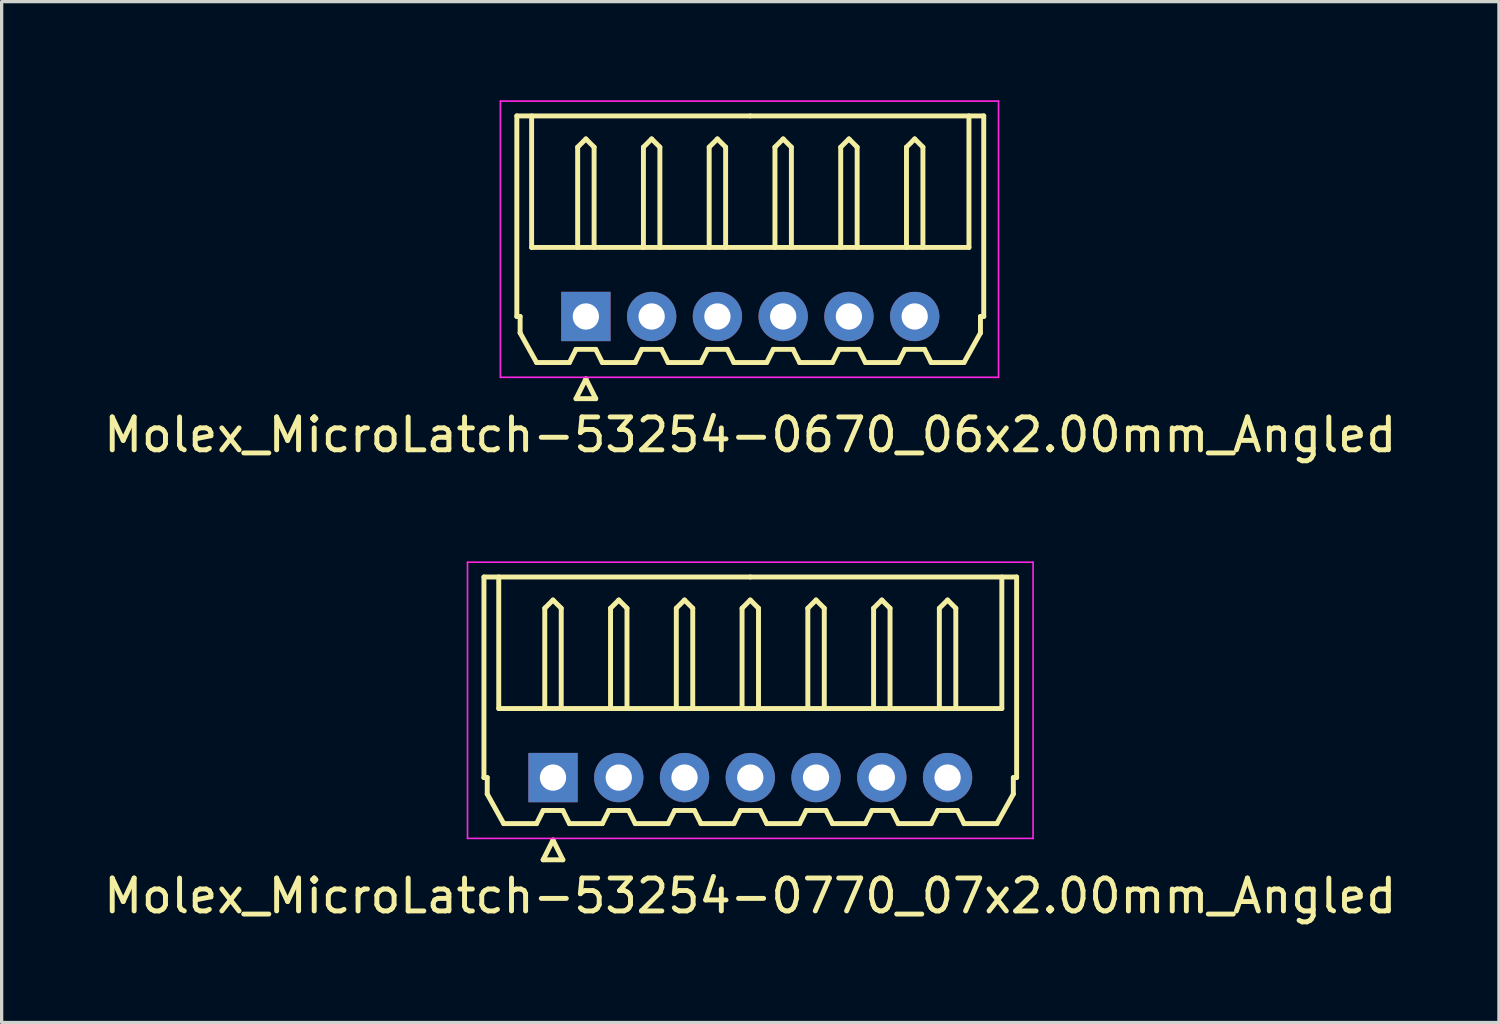
<source format=kicad_pcb>
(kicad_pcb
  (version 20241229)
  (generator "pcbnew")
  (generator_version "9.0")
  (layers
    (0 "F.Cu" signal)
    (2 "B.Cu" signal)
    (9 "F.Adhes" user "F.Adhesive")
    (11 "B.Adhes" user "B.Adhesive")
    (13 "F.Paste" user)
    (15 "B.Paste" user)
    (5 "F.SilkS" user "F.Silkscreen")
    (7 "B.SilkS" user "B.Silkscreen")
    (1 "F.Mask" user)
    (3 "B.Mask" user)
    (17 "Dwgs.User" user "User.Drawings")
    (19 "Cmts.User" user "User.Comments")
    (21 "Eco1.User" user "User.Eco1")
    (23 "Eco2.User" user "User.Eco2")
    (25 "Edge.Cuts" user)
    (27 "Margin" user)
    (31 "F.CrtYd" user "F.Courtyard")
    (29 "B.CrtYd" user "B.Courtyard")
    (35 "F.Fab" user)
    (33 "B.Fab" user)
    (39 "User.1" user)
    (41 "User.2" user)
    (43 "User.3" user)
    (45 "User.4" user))
  (footprint "Molex_MicroLatch-53254-0670_06x2.00mm_Angled"
    (layer "F.Cu")
    (at 14.768 6.575)
    (property "Reference" "Molex_MicroLatch-53254-0670_06x2.00mm_Angled" (at 5 3.6 0) (layer "F.SilkS") (effects (font (size 1 1) (thickness 0.15))))
    (attr through_hole)
    (fp_line (start -2.1 -6.1) (end 5 -6.1) (stroke (width 0.15) (type solid)) (layer "F.SilkS"))
    (fp_line (start -2.1 0) (end -2.1 -6.1) (stroke (width 0.15) (type solid)) (layer "F.SilkS"))
    (fp_line (start -2 0) (end -2.1 0) (stroke (width 0.15) (type solid)) (layer "F.SilkS"))
    (fp_line (start -2 0.5) (end -2 0) (stroke (width 0.15) (type solid)) (layer "F.SilkS"))
    (fp_line (start -1.65 -6.1) (end -1.65 -2.1) (stroke (width 0.15) (type solid)) (layer "F.SilkS"))
    (fp_line (start -1.65 -2.1) (end 11.65 -2.1) (stroke (width 0.15) (type solid)) (layer "F.SilkS"))
    (fp_line (start -1.5 1.4) (end -2 0.5) (stroke (width 0.15) (type solid)) (layer "F.SilkS"))
    (fp_line (start -0.5 1.4) (end -1.5 1.4) (stroke (width 0.15) (type solid)) (layer "F.SilkS"))
    (fp_line (start -0.3 1) (end -0.5 1.4) (stroke (width 0.15) (type solid)) (layer "F.SilkS"))
    (fp_line (start -0.3 1) (end 0.3 1) (stroke (width 0.15) (type solid)) (layer "F.SilkS"))
    (fp_line (start -0.3 2.5) (end 0.3 2.5) (stroke (width 0.15) (type solid)) (layer "F.SilkS"))
    (fp_line (start -0.25 -5.15) (end 0 -5.4) (stroke (width 0.15) (type solid)) (layer "F.SilkS"))
    (fp_line (start -0.25 -2.1) (end -0.25 -5.15) (stroke (width 0.15) (type solid)) (layer "F.SilkS"))
    (fp_line (start 0 -5.4) (end 0.25 -5.15) (stroke (width 0.15) (type solid)) (layer "F.SilkS"))
    (fp_line (start 0 1.9) (end -0.3 2.5) (stroke (width 0.15) (type solid)) (layer "F.SilkS"))
    (fp_line (start 0.25 -5.15) (end 0.25 -2.1) (stroke (width 0.15) (type solid)) (layer "F.SilkS"))
    (fp_line (start 0.3 1) (end 0.5 1.4) (stroke (width 0.15) (type solid)) (layer "F.SilkS"))
    (fp_line (start 0.3 2.5) (end 0 1.9) (stroke (width 0.15) (type solid)) (layer "F.SilkS"))
    (fp_line (start 0.5 1.4) (end 1.5 1.4) (stroke (width 0.15) (type solid)) (layer "F.SilkS"))
    (fp_line (start 1.5 1.4) (end 1.7 1) (stroke (width 0.15) (type solid)) (layer "F.SilkS"))
    (fp_line (start 1.7 1) (end 2.3 1) (stroke (width 0.15) (type solid)) (layer "F.SilkS"))
    (fp_line (start 1.75 -5.15) (end 2 -5.4) (stroke (width 0.15) (type solid)) (layer "F.SilkS"))
    (fp_line (start 1.75 -2.1) (end 1.75 -5.15) (stroke (width 0.15) (type solid)) (layer "F.SilkS"))
    (fp_line (start 2 -5.4) (end 2.25 -5.15) (stroke (width 0.15) (type solid)) (layer "F.SilkS"))
    (fp_line (start 2.25 -5.15) (end 2.25 -2.1) (stroke (width 0.15) (type solid)) (layer "F.SilkS"))
    (fp_line (start 2.3 1) (end 2.5 1.4) (stroke (width 0.15) (type solid)) (layer "F.SilkS"))
    (fp_line (start 2.5 1.4) (end 3.5 1.4) (stroke (width 0.15) (type solid)) (layer "F.SilkS"))
    (fp_line (start 3.5 1.4) (end 3.7 1) (stroke (width 0.15) (type solid)) (layer "F.SilkS"))
    (fp_line (start 3.7 1) (end 4.3 1) (stroke (width 0.15) (type solid)) (layer "F.SilkS"))
    (fp_line (start 3.75 -5.15) (end 4 -5.4) (stroke (width 0.15) (type solid)) (layer "F.SilkS"))
    (fp_line (start 3.75 -2.1) (end 3.75 -5.15) (stroke (width 0.15) (type solid)) (layer "F.SilkS"))
    (fp_line (start 4 -5.4) (end 4.25 -5.15) (stroke (width 0.15) (type solid)) (layer "F.SilkS"))
    (fp_line (start 4.25 -5.15) (end 4.25 -2.1) (stroke (width 0.15) (type solid)) (layer "F.SilkS"))
    (fp_line (start 4.3 1) (end 4.5 1.4) (stroke (width 0.15) (type solid)) (layer "F.SilkS"))
    (fp_line (start 4.5 1.4) (end 5.5 1.4) (stroke (width 0.15) (type solid)) (layer "F.SilkS"))
    (fp_line (start 5.5 1.4) (end 5.7 1) (stroke (width 0.15) (type solid)) (layer "F.SilkS"))
    (fp_line (start 5.7 1) (end 6.3 1) (stroke (width 0.15) (type solid)) (layer "F.SilkS"))
    (fp_line (start 5.75 -5.15) (end 6 -5.4) (stroke (width 0.15) (type solid)) (layer "F.SilkS"))
    (fp_line (start 5.75 -2.1) (end 5.75 -5.15) (stroke (width 0.15) (type solid)) (layer "F.SilkS"))
    (fp_line (start 6 -5.4) (end 6.25 -5.15) (stroke (width 0.15) (type solid)) (layer "F.SilkS"))
    (fp_line (start 6.25 -5.15) (end 6.25 -2.1) (stroke (width 0.15) (type solid)) (layer "F.SilkS"))
    (fp_line (start 6.3 1) (end 6.5 1.4) (stroke (width 0.15) (type solid)) (layer "F.SilkS"))
    (fp_line (start 6.5 1.4) (end 7.5 1.4) (stroke (width 0.15) (type solid)) (layer "F.SilkS"))
    (fp_line (start 7.5 1.4) (end 7.7 1) (stroke (width 0.15) (type solid)) (layer "F.SilkS"))
    (fp_line (start 7.7 1) (end 8.3 1) (stroke (width 0.15) (type solid)) (layer "F.SilkS"))
    (fp_line (start 7.75 -5.15) (end 8 -5.4) (stroke (width 0.15) (type solid)) (layer "F.SilkS"))
    (fp_line (start 7.75 -2.1) (end 7.75 -5.15) (stroke (width 0.15) (type solid)) (layer "F.SilkS"))
    (fp_line (start 8 -5.4) (end 8.25 -5.15) (stroke (width 0.15) (type solid)) (layer "F.SilkS"))
    (fp_line (start 8.25 -5.15) (end 8.25 -2.1) (stroke (width 0.15) (type solid)) (layer "F.SilkS"))
    (fp_line (start 8.3 1) (end 8.5 1.4) (stroke (width 0.15) (type solid)) (layer "F.SilkS"))
    (fp_line (start 8.5 1.4) (end 9.5 1.4) (stroke (width 0.15) (type solid)) (layer "F.SilkS"))
    (fp_line (start 9.5 1.4) (end 9.7 1) (stroke (width 0.15) (type solid)) (layer "F.SilkS"))
    (fp_line (start 9.7 1) (end 10.3 1) (stroke (width 0.15) (type solid)) (layer "F.SilkS"))
    (fp_line (start 9.75 -5.15) (end 10 -5.4) (stroke (width 0.15) (type solid)) (layer "F.SilkS"))
    (fp_line (start 9.75 -2.1) (end 9.75 -5.15) (stroke (width 0.15) (type solid)) (layer "F.SilkS"))
    (fp_line (start 10 -5.4) (end 10.25 -5.15) (stroke (width 0.15) (type solid)) (layer "F.SilkS"))
    (fp_line (start 10.25 -5.15) (end 10.25 -2.1) (stroke (width 0.15) (type solid)) (layer "F.SilkS"))
    (fp_line (start 10.3 1) (end 10.5 1.4) (stroke (width 0.15) (type solid)) (layer "F.SilkS"))
    (fp_line (start 10.5 1.4) (end 11.5 1.4) (stroke (width 0.15) (type solid)) (layer "F.SilkS"))
    (fp_line (start 11.5 1.4) (end 12 0.5) (stroke (width 0.15) (type solid)) (layer "F.SilkS"))
    (fp_line (start 11.65 -2.1) (end 11.65 -6.1) (stroke (width 0.15) (type solid)) (layer "F.SilkS"))
    (fp_line (start 12 0) (end 12.1 0) (stroke (width 0.15) (type solid)) (layer "F.SilkS"))
    (fp_line (start 12 0.5) (end 12 0) (stroke (width 0.15) (type solid)) (layer "F.SilkS"))
    (fp_line (start 12.1 -6.1) (end 5 -6.1) (stroke (width 0.15) (type solid)) (layer "F.SilkS"))
    (fp_line (start 12.1 0) (end 12.1 -6.1) (stroke (width 0.15) (type solid)) (layer "F.SilkS"))
    (fp_line (start -2.6 -6.55) (end -2.6 1.85) (stroke (width 0.05) (type solid)) (layer "F.CrtYd"))
    (fp_line (start -2.6 1.85) (end 12.55 1.85) (stroke (width 0.05) (type solid)) (layer "F.CrtYd"))
    (fp_line (start 12.55 -6.55) (end -2.6 -6.55) (stroke (width 0.05) (type solid)) (layer "F.CrtYd"))
    (fp_line (start 12.55 1.85) (end 12.55 -6.55) (stroke (width 0.05) (type solid)) (layer "F.CrtYd"))
    (pad "1" thru_hole rect (at 0 0) (size 1.5 1.5) (drill 0.8) (layers "*.Cu" "*.Mask"))
    (pad "2" thru_hole circle (at 2 0) (size 1.5 1.5) (drill 0.8) (layers "*.Cu" "*.Mask"))
    (pad "3" thru_hole circle (at 4 0) (size 1.5 1.5) (drill 0.8) (layers "*.Cu" "*.Mask"))
    (pad "4" thru_hole circle (at 6 0) (size 1.5 1.5) (drill 0.8) (layers "*.Cu" "*.Mask"))
    (pad "5" thru_hole circle (at 8 0) (size 1.5 1.5) (drill 0.8) (layers "*.Cu" "*.Mask"))
    (pad "6" thru_hole circle (at 10 0) (size 1.5 1.5) (drill 0.8) (layers "*.Cu" "*.Mask")))
  (footprint "Molex_MicroLatch-53254-0770_07x2.00mm_Angled"
    (layer "F.Cu")
    (at 13.768 20.598)
    (property "Reference" "Molex_MicroLatch-53254-0770_07x2.00mm_Angled" (at 6 3.6 0) (layer "F.SilkS") (effects (font (size 1 1) (thickness 0.15))))
    (attr through_hole)
    (fp_line (start -2.1 -6.1) (end 6 -6.1) (stroke (width 0.15) (type solid)) (layer "F.SilkS"))
    (fp_line (start -2.1 0) (end -2.1 -6.1) (stroke (width 0.15) (type solid)) (layer "F.SilkS"))
    (fp_line (start -2 0) (end -2.1 0) (stroke (width 0.15) (type solid)) (layer "F.SilkS"))
    (fp_line (start -2 0.5) (end -2 0) (stroke (width 0.15) (type solid)) (layer "F.SilkS"))
    (fp_line (start -1.65 -6.1) (end -1.65 -2.1) (stroke (width 0.15) (type solid)) (layer "F.SilkS"))
    (fp_line (start -1.65 -2.1) (end 13.65 -2.1) (stroke (width 0.15) (type solid)) (layer "F.SilkS"))
    (fp_line (start -1.5 1.4) (end -2 0.5) (stroke (width 0.15) (type solid)) (layer "F.SilkS"))
    (fp_line (start -0.5 1.4) (end -1.5 1.4) (stroke (width 0.15) (type solid)) (layer "F.SilkS"))
    (fp_line (start -0.3 1) (end -0.5 1.4) (stroke (width 0.15) (type solid)) (layer "F.SilkS"))
    (fp_line (start -0.3 1) (end 0.3 1) (stroke (width 0.15) (type solid)) (layer "F.SilkS"))
    (fp_line (start -0.3 2.5) (end 0.3 2.5) (stroke (width 0.15) (type solid)) (layer "F.SilkS"))
    (fp_line (start -0.25 -5.15) (end 0 -5.4) (stroke (width 0.15) (type solid)) (layer "F.SilkS"))
    (fp_line (start -0.25 -2.1) (end -0.25 -5.15) (stroke (width 0.15) (type solid)) (layer "F.SilkS"))
    (fp_line (start 0 -5.4) (end 0.25 -5.15) (stroke (width 0.15) (type solid)) (layer "F.SilkS"))
    (fp_line (start 0 1.9) (end -0.3 2.5) (stroke (width 0.15) (type solid)) (layer "F.SilkS"))
    (fp_line (start 0.25 -5.15) (end 0.25 -2.1) (stroke (width 0.15) (type solid)) (layer "F.SilkS"))
    (fp_line (start 0.3 1) (end 0.5 1.4) (stroke (width 0.15) (type solid)) (layer "F.SilkS"))
    (fp_line (start 0.3 2.5) (end 0 1.9) (stroke (width 0.15) (type solid)) (layer "F.SilkS"))
    (fp_line (start 0.5 1.4) (end 1.5 1.4) (stroke (width 0.15) (type solid)) (layer "F.SilkS"))
    (fp_line (start 1.5 1.4) (end 1.7 1) (stroke (width 0.15) (type solid)) (layer "F.SilkS"))
    (fp_line (start 1.7 1) (end 2.3 1) (stroke (width 0.15) (type solid)) (layer "F.SilkS"))
    (fp_line (start 1.75 -5.15) (end 2 -5.4) (stroke (width 0.15) (type solid)) (layer "F.SilkS"))
    (fp_line (start 1.75 -2.1) (end 1.75 -5.15) (stroke (width 0.15) (type solid)) (layer "F.SilkS"))
    (fp_line (start 2 -5.4) (end 2.25 -5.15) (stroke (width 0.15) (type solid)) (layer "F.SilkS"))
    (fp_line (start 2.25 -5.15) (end 2.25 -2.1) (stroke (width 0.15) (type solid)) (layer "F.SilkS"))
    (fp_line (start 2.3 1) (end 2.5 1.4) (stroke (width 0.15) (type solid)) (layer "F.SilkS"))
    (fp_line (start 2.5 1.4) (end 3.5 1.4) (stroke (width 0.15) (type solid)) (layer "F.SilkS"))
    (fp_line (start 3.5 1.4) (end 3.7 1) (stroke (width 0.15) (type solid)) (layer "F.SilkS"))
    (fp_line (start 3.7 1) (end 4.3 1) (stroke (width 0.15) (type solid)) (layer "F.SilkS"))
    (fp_line (start 3.75 -5.15) (end 4 -5.4) (stroke (width 0.15) (type solid)) (layer "F.SilkS"))
    (fp_line (start 3.75 -2.1) (end 3.75 -5.15) (stroke (width 0.15) (type solid)) (layer "F.SilkS"))
    (fp_line (start 4 -5.4) (end 4.25 -5.15) (stroke (width 0.15) (type solid)) (layer "F.SilkS"))
    (fp_line (start 4.25 -5.15) (end 4.25 -2.1) (stroke (width 0.15) (type solid)) (layer "F.SilkS"))
    (fp_line (start 4.3 1) (end 4.5 1.4) (stroke (width 0.15) (type solid)) (layer "F.SilkS"))
    (fp_line (start 4.5 1.4) (end 5.5 1.4) (stroke (width 0.15) (type solid)) (layer "F.SilkS"))
    (fp_line (start 5.5 1.4) (end 5.7 1) (stroke (width 0.15) (type solid)) (layer "F.SilkS"))
    (fp_line (start 5.7 1) (end 6.3 1) (stroke (width 0.15) (type solid)) (layer "F.SilkS"))
    (fp_line (start 5.75 -5.15) (end 6 -5.4) (stroke (width 0.15) (type solid)) (layer "F.SilkS"))
    (fp_line (start 5.75 -2.1) (end 5.75 -5.15) (stroke (width 0.15) (type solid)) (layer "F.SilkS"))
    (fp_line (start 6 -5.4) (end 6.25 -5.15) (stroke (width 0.15) (type solid)) (layer "F.SilkS"))
    (fp_line (start 6.25 -5.15) (end 6.25 -2.1) (stroke (width 0.15) (type solid)) (layer "F.SilkS"))
    (fp_line (start 6.3 1) (end 6.5 1.4) (stroke (width 0.15) (type solid)) (layer "F.SilkS"))
    (fp_line (start 6.5 1.4) (end 7.5 1.4) (stroke (width 0.15) (type solid)) (layer "F.SilkS"))
    (fp_line (start 7.5 1.4) (end 7.7 1) (stroke (width 0.15) (type solid)) (layer "F.SilkS"))
    (fp_line (start 7.7 1) (end 8.3 1) (stroke (width 0.15) (type solid)) (layer "F.SilkS"))
    (fp_line (start 7.75 -5.15) (end 8 -5.4) (stroke (width 0.15) (type solid)) (layer "F.SilkS"))
    (fp_line (start 7.75 -2.1) (end 7.75 -5.15) (stroke (width 0.15) (type solid)) (layer "F.SilkS"))
    (fp_line (start 8 -5.4) (end 8.25 -5.15) (stroke (width 0.15) (type solid)) (layer "F.SilkS"))
    (fp_line (start 8.25 -5.15) (end 8.25 -2.1) (stroke (width 0.15) (type solid)) (layer "F.SilkS"))
    (fp_line (start 8.3 1) (end 8.5 1.4) (stroke (width 0.15) (type solid)) (layer "F.SilkS"))
    (fp_line (start 8.5 1.4) (end 9.5 1.4) (stroke (width 0.15) (type solid)) (layer "F.SilkS"))
    (fp_line (start 9.5 1.4) (end 9.7 1) (stroke (width 0.15) (type solid)) (layer "F.SilkS"))
    (fp_line (start 9.7 1) (end 10.3 1) (stroke (width 0.15) (type solid)) (layer "F.SilkS"))
    (fp_line (start 9.75 -5.15) (end 10 -5.4) (stroke (width 0.15) (type solid)) (layer "F.SilkS"))
    (fp_line (start 9.75 -2.1) (end 9.75 -5.15) (stroke (width 0.15) (type solid)) (layer "F.SilkS"))
    (fp_line (start 10 -5.4) (end 10.25 -5.15) (stroke (width 0.15) (type solid)) (layer "F.SilkS"))
    (fp_line (start 10.25 -5.15) (end 10.25 -2.1) (stroke (width 0.15) (type solid)) (layer "F.SilkS"))
    (fp_line (start 10.3 1) (end 10.5 1.4) (stroke (width 0.15) (type solid)) (layer "F.SilkS"))
    (fp_line (start 10.5 1.4) (end 11.5 1.4) (stroke (width 0.15) (type solid)) (layer "F.SilkS"))
    (fp_line (start 11.5 1.4) (end 11.7 1) (stroke (width 0.15) (type solid)) (layer "F.SilkS"))
    (fp_line (start 11.7 1) (end 12.3 1) (stroke (width 0.15) (type solid)) (layer "F.SilkS"))
    (fp_line (start 11.75 -5.15) (end 12 -5.4) (stroke (width 0.15) (type solid)) (layer "F.SilkS"))
    (fp_line (start 11.75 -2.1) (end 11.75 -5.15) (stroke (width 0.15) (type solid)) (layer "F.SilkS"))
    (fp_line (start 12 -5.4) (end 12.25 -5.15) (stroke (width 0.15) (type solid)) (layer "F.SilkS"))
    (fp_line (start 12.25 -5.15) (end 12.25 -2.1) (stroke (width 0.15) (type solid)) (layer "F.SilkS"))
    (fp_line (start 12.3 1) (end 12.5 1.4) (stroke (width 0.15) (type solid)) (layer "F.SilkS"))
    (fp_line (start 12.5 1.4) (end 13.5 1.4) (stroke (width 0.15) (type solid)) (layer "F.SilkS"))
    (fp_line (start 13.5 1.4) (end 14 0.5) (stroke (width 0.15) (type solid)) (layer "F.SilkS"))
    (fp_line (start 13.65 -2.1) (end 13.65 -6.1) (stroke (width 0.15) (type solid)) (layer "F.SilkS"))
    (fp_line (start 14 0) (end 14.1 0) (stroke (width 0.15) (type solid)) (layer "F.SilkS"))
    (fp_line (start 14 0.5) (end 14 0) (stroke (width 0.15) (type solid)) (layer "F.SilkS"))
    (fp_line (start 14.1 -6.1) (end 6 -6.1) (stroke (width 0.15) (type solid)) (layer "F.SilkS"))
    (fp_line (start 14.1 0) (end 14.1 -6.1) (stroke (width 0.15) (type solid)) (layer "F.SilkS"))
    (fp_line (start -2.6 -6.55) (end -2.6 1.85) (stroke (width 0.05) (type solid)) (layer "F.CrtYd"))
    (fp_line (start -2.6 1.85) (end 14.6 1.85) (stroke (width 0.05) (type solid)) (layer "F.CrtYd"))
    (fp_line (start 14.6 -6.55) (end -2.6 -6.55) (stroke (width 0.05) (type solid)) (layer "F.CrtYd"))
    (fp_line (start 14.6 1.85) (end 14.6 -6.55) (stroke (width 0.05) (type solid)) (layer "F.CrtYd"))
    (pad "1" thru_hole rect (at 0 0) (size 1.5 1.5) (drill 0.8) (layers "*.Cu" "*.Mask"))
    (pad "2" thru_hole circle (at 2 0) (size 1.5 1.5) (drill 0.8) (layers "*.Cu" "*.Mask"))
    (pad "3" thru_hole circle (at 4 0) (size 1.5 1.5) (drill 0.8) (layers "*.Cu" "*.Mask"))
    (pad "4" thru_hole circle (at 6 0) (size 1.5 1.5) (drill 0.8) (layers "*.Cu" "*.Mask"))
    (pad "5" thru_hole circle (at 8 0) (size 1.5 1.5) (drill 0.8) (layers "*.Cu" "*.Mask"))
    (pad "6" thru_hole circle (at 10 0) (size 1.5 1.5) (drill 0.8) (layers "*.Cu" "*.Mask"))
    (pad "7" thru_hole circle (at 12 0) (size 1.5 1.5) (drill 0.8) (layers "*.Cu" "*.Mask")))
  (gr_rect
    (start -3 -3)
    (end 42.536 28.047)
    (stroke (width 0.1) (type default))
    (fill no)
    (layer "Edge.Cuts")))
</source>
